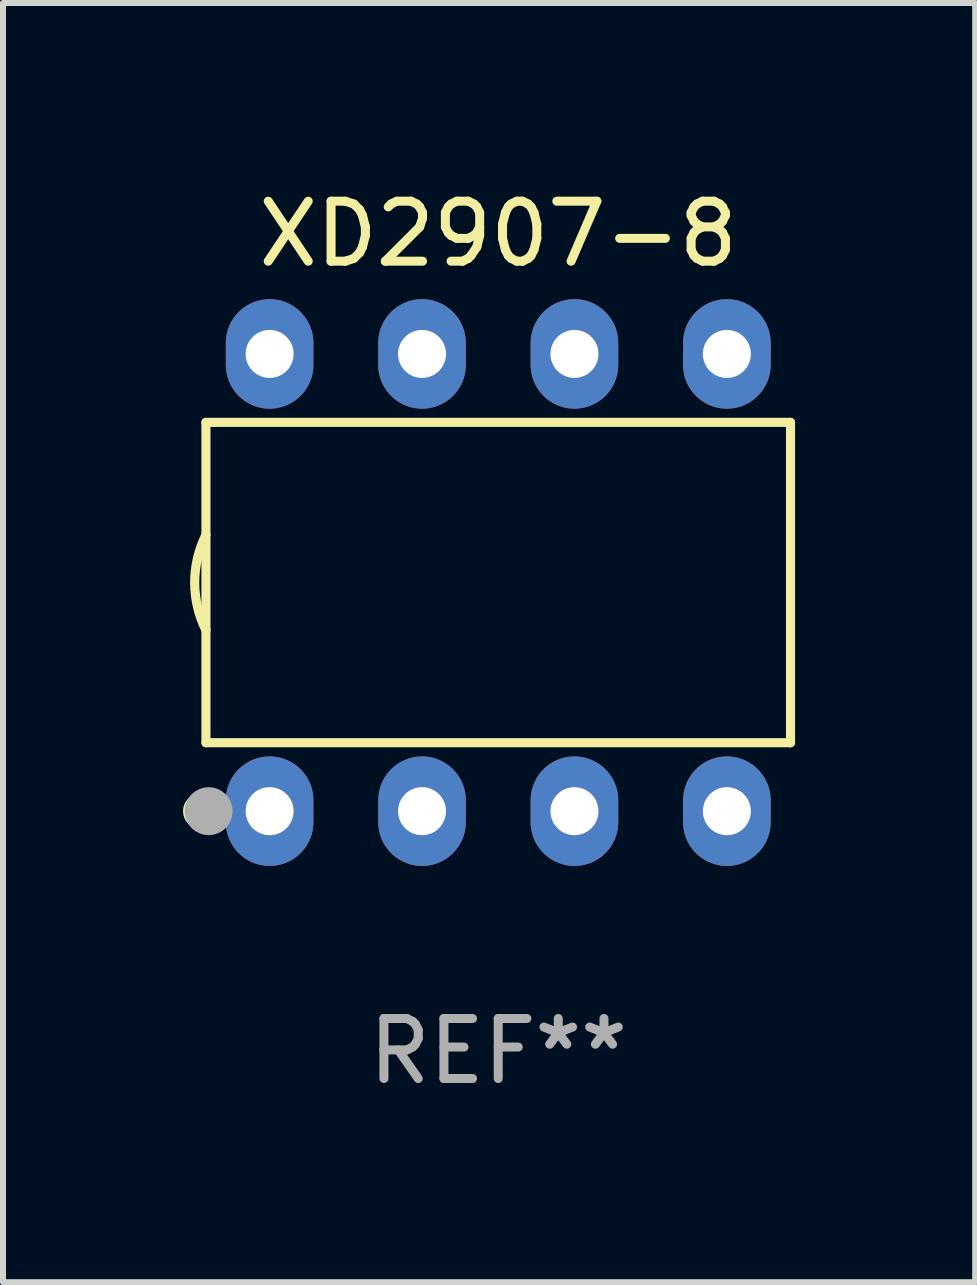
<source format=kicad_pcb>
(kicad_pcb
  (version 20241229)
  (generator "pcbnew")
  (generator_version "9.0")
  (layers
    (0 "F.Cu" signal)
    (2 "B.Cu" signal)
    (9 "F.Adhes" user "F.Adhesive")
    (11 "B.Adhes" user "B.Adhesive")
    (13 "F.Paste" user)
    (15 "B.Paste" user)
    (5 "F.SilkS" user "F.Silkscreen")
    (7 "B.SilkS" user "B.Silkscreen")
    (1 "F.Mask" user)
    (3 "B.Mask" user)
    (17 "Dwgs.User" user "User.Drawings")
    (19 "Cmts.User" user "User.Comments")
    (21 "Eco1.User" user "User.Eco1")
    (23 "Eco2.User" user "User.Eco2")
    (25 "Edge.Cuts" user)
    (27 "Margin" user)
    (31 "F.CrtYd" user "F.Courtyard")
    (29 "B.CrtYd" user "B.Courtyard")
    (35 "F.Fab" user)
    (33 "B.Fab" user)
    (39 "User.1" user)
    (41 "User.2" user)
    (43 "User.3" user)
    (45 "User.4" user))
  (footprint "XD2907-8"
    (layer "F.Cu")
    (at 5.253 6.658)
    (property "Reference" "XD2907-8" (at 0 -5.81 0) (layer "F.SilkS") (effects (font (size 1 1) (thickness 0.15))))
    (attr through_hole)
    (fp_line (start -4.871 -2.669) (end 4.871 -2.669) (stroke (width 0.152) (type solid)) (layer "F.SilkS"))
    (fp_line (start -4.871 2.669) (end -4.871 -2.669) (stroke (width 0.152) (type solid)) (layer "F.SilkS"))
    (fp_line (start 4.871 -2.669) (end 4.871 2.669) (stroke (width 0.152) (type solid)) (layer "F.SilkS"))
    (fp_line (start 4.871 2.669) (end -4.871 2.669) (stroke (width 0.152) (type solid)) (layer "F.SilkS"))
    (fp_arc (start -4.871222 0.793751) (mid -5.058601 0) (end -4.871222 -0.793752) (stroke (width 0.1524) (type solid)) (layer "F.SilkS"))
    (fp_circle (center -4.953 3.81) (end -4.803 3.81) (stroke (width 0.3) (type solid)) (fill no) (layer "F.SilkS"))
    (fp_circle (center -4.795 3.935) (end -4.765 3.935) (stroke (width 0.06) (type solid)) (fill no) (layer "F.SilkS"))
    (fp_circle (center -4.826 3.81) (end -4.626 3.81) (stroke (width 0.4) (type solid)) (fill no) (layer "F.Fab"))
    (fp_text user "REF**" (at 0 7.81 0) (layer "F.Fab") (effects (font (size 1 1) (thickness 0.15))))
    (pad "1" thru_hole oval (at -3.81 3.81) (size 1.46 1.825) (drill 0.8) (layers "*.Cu" "*.Mask"))
    (pad "2" thru_hole oval (at -1.27 3.81) (size 1.46 1.825) (drill 0.8) (layers "*.Cu" "*.Mask"))
    (pad "3" thru_hole oval (at 1.27 3.81) (size 1.46 1.825) (drill 0.8) (layers "*.Cu" "*.Mask"))
    (pad "4" thru_hole oval (at 3.81 3.81) (size 1.46 1.825) (drill 0.8) (layers "*.Cu" "*.Mask"))
    (pad "5" thru_hole oval (at 3.81 -3.81) (size 1.46 1.825) (drill 0.8) (layers "*.Cu" "*.Mask"))
    (pad "6" thru_hole oval (at 1.27 -3.81) (size 1.46 1.825) (drill 0.8) (layers "*.Cu" "*.Mask"))
    (pad "7" thru_hole oval (at -1.27 -3.81) (size 1.46 1.825) (drill 0.8) (layers "*.Cu" "*.Mask"))
    (pad "8" thru_hole oval (at -3.81 -3.81) (size 1.46 1.825) (drill 0.8) (layers "*.Cu" "*.Mask")))
  (gr_rect
    (start -3 -3)
    (end 13.201 18.317)
    (stroke (width 0.1) (type default))
    (fill no)
    (layer "Edge.Cuts")))
</source>
